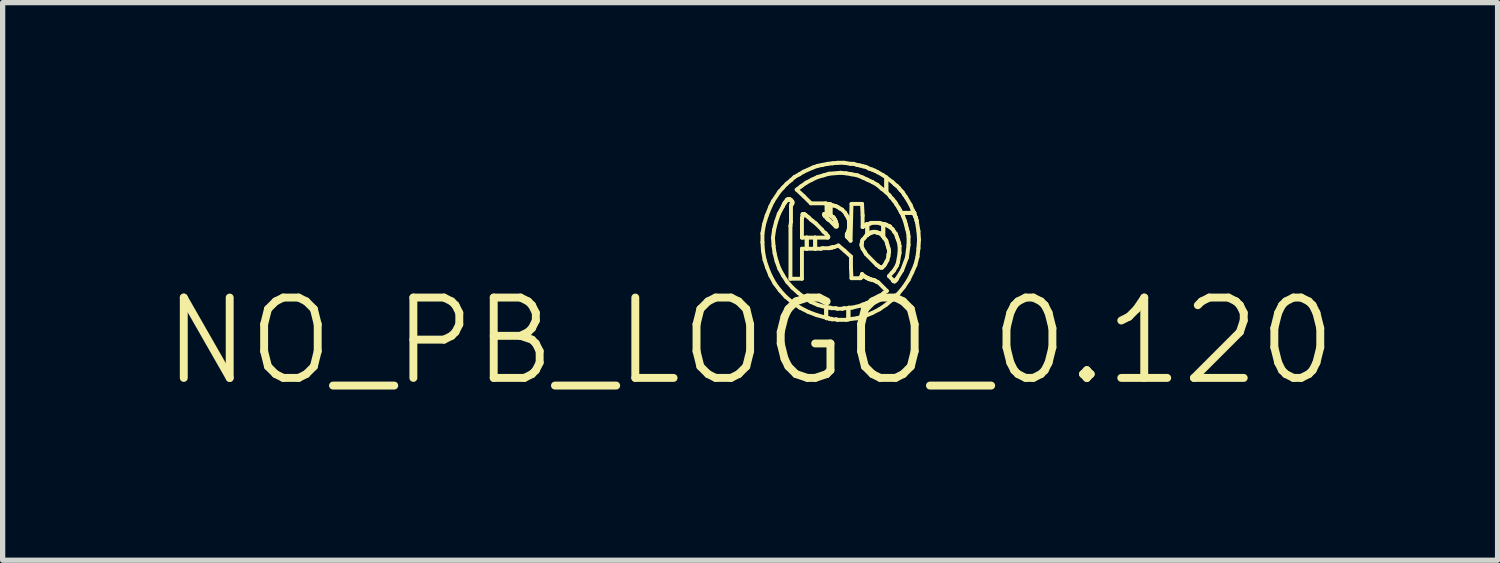
<source format=kicad_pcb>
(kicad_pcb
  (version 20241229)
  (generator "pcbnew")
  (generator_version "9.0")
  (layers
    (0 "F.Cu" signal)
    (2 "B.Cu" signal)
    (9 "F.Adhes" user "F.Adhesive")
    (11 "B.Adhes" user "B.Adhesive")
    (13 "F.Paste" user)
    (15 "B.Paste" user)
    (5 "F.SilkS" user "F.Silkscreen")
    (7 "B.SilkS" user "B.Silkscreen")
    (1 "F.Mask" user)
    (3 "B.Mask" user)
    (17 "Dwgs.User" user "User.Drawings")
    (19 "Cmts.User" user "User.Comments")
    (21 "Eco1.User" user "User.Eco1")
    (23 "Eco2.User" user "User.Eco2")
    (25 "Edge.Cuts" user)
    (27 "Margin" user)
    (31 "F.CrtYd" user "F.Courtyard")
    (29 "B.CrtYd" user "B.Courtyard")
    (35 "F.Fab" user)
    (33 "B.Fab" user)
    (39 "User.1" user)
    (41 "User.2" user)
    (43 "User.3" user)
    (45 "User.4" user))
  (footprint "NO_PB_LOGO_0.120"
    (layer "F.Cu")
    (at 11.176 3.42)
    (property "Reference" "NO_PB_LOGO_0.120" (at 0 0 0) (layer "F.SilkS") (effects (font (size 1.524 1.524) (thickness 0.15))))
    (attr exclude_from_pos_files exclude_from_bom)
    (fp_line (start 0.234 -2.045) (end 0.234 -1.875) (stroke (width 0.074) (type solid)) (layer "F.SilkS"))
    (fp_line (start 0.234 -1.875) (end 0.244 -1.714) (stroke (width 0.074) (type solid)) (layer "F.SilkS"))
    (fp_line (start 0.244 -1.714) (end 0.274 -1.544) (stroke (width 0.074) (type solid)) (layer "F.SilkS"))
    (fp_line (start 0.264 -2.215) (end 0.234 -2.045) (stroke (width 0.074) (type solid)) (layer "F.SilkS"))
    (fp_line (start 0.274 -1.544) (end 0.323 -1.394) (stroke (width 0.074) (type solid)) (layer "F.SilkS"))
    (fp_line (start 0.315 -2.383) (end 0.264 -2.215) (stroke (width 0.074) (type solid)) (layer "F.SilkS"))
    (fp_line (start 0.323 -1.394) (end 0.384 -1.245) (stroke (width 0.074) (type solid)) (layer "F.SilkS"))
    (fp_line (start 0.384 -2.553) (end 0.315 -2.383) (stroke (width 0.074) (type solid)) (layer "F.SilkS"))
    (fp_line (start 0.384 -1.245) (end 0.465 -1.095) (stroke (width 0.074) (type solid)) (layer "F.SilkS"))
    (fp_line (start 0.434 -2.654) (end 0.384 -2.553) (stroke (width 0.074) (type solid)) (layer "F.SilkS"))
    (fp_line (start 0.434 -1.963) (end 0.455 -2.113) (stroke (width 0.074) (type solid)) (layer "F.SilkS"))
    (fp_line (start 0.445 -1.803) (end 0.434 -1.963) (stroke (width 0.074) (type solid)) (layer "F.SilkS"))
    (fp_line (start 0.455 -2.113) (end 0.493 -2.263) (stroke (width 0.074) (type solid)) (layer "F.SilkS"))
    (fp_line (start 0.465 -1.664) (end 0.445 -1.803) (stroke (width 0.074) (type solid)) (layer "F.SilkS"))
    (fp_line (start 0.465 -1.095) (end 0.564 -0.963) (stroke (width 0.074) (type solid)) (layer "F.SilkS"))
    (fp_line (start 0.493 -2.263) (end 0.544 -2.413) (stroke (width 0.074) (type solid)) (layer "F.SilkS"))
    (fp_line (start 0.503 -1.514) (end 0.465 -1.664) (stroke (width 0.074) (type solid)) (layer "F.SilkS"))
    (fp_line (start 0.544 -2.413) (end 0.625 -2.563) (stroke (width 0.074) (type solid)) (layer "F.SilkS"))
    (fp_line (start 0.554 -2.835) (end 0.434 -2.654) (stroke (width 0.074) (type solid)) (layer "F.SilkS"))
    (fp_line (start 0.554 -1.374) (end 0.503 -1.514) (stroke (width 0.074) (type solid)) (layer "F.SilkS"))
    (fp_line (start 0.564 -0.963) (end 0.673 -0.843) (stroke (width 0.074) (type solid)) (layer "F.SilkS"))
    (fp_line (start 0.625 -2.913) (end 0.554 -2.835) (stroke (width 0.074) (type solid)) (layer "F.SilkS"))
    (fp_line (start 0.625 -2.563) (end 0.643 -2.603) (stroke (width 0.074) (type solid)) (layer "F.SilkS"))
    (fp_line (start 0.625 -1.245) (end 0.554 -1.374) (stroke (width 0.074) (type solid)) (layer "F.SilkS"))
    (fp_line (start 0.643 -2.603) (end 0.653 -2.614) (stroke (width 0.074) (type solid)) (layer "F.SilkS"))
    (fp_line (start 0.653 -2.614) (end 0.663 -2.634) (stroke (width 0.074) (type solid)) (layer "F.SilkS"))
    (fp_line (start 0.663 -2.634) (end 0.693 -2.664) (stroke (width 0.074) (type solid)) (layer "F.SilkS"))
    (fp_line (start 0.673 -0.843) (end 0.803 -0.734) (stroke (width 0.074) (type solid)) (layer "F.SilkS"))
    (fp_line (start 0.693 -2.985) (end 0.625 -2.913) (stroke (width 0.074) (type solid)) (layer "F.SilkS"))
    (fp_line (start 0.693 -2.675) (end 0.704 -2.675) (stroke (width 0.074) (type solid)) (layer "F.SilkS"))
    (fp_line (start 0.693 -2.664) (end 0.693 -2.675) (stroke (width 0.074) (type solid)) (layer "F.SilkS"))
    (fp_line (start 0.704 -2.685) (end 0.714 -2.685) (stroke (width 0.074) (type solid)) (layer "F.SilkS"))
    (fp_line (start 0.704 -2.675) (end 0.704 -2.685) (stroke (width 0.074) (type solid)) (layer "F.SilkS"))
    (fp_line (start 0.704 -1.123) (end 0.625 -1.245) (stroke (width 0.074) (type solid)) (layer "F.SilkS"))
    (fp_line (start 0.714 -2.685) (end 0.724 -2.695) (stroke (width 0.074) (type solid)) (layer "F.SilkS"))
    (fp_line (start 0.724 -2.695) (end 0.744 -2.695) (stroke (width 0.074) (type solid)) (layer "F.SilkS"))
    (fp_line (start 0.744 -2.695) (end 0.754 -2.685) (stroke (width 0.074) (type solid)) (layer "F.SilkS"))
    (fp_line (start 0.754 -2.685) (end 0.765 -2.685) (stroke (width 0.074) (type solid)) (layer "F.SilkS"))
    (fp_line (start 0.765 -2.685) (end 0.765 -2.675) (stroke (width 0.074) (type solid)) (layer "F.SilkS"))
    (fp_line (start 0.765 -2.675) (end 0.775 -2.675) (stroke (width 0.074) (type solid)) (layer "F.SilkS"))
    (fp_line (start 0.765 -2.184) (end 0.765 -1.184) (stroke (width 0.074) (type solid)) (layer "F.SilkS"))
    (fp_line (start 0.765 -1.184) (end 0.983 -1.184) (stroke (width 0.074) (type solid)) (layer "F.SilkS"))
    (fp_line (start 0.775 -3.053) (end 0.693 -2.985) (stroke (width 0.074) (type solid)) (layer "F.SilkS"))
    (fp_line (start 0.775 -2.675) (end 0.775 -2.664) (stroke (width 0.074) (type solid)) (layer "F.SilkS"))
    (fp_line (start 0.775 -2.664) (end 0.785 -2.664) (stroke (width 0.074) (type solid)) (layer "F.SilkS"))
    (fp_line (start 0.775 -2.563) (end 0.775 -2.263) (stroke (width 0.074) (type solid)) (layer "F.SilkS"))
    (fp_line (start 0.775 -2.263) (end 0.765 -2.184) (stroke (width 0.074) (type solid)) (layer "F.SilkS"))
    (fp_line (start 0.785 -2.664) (end 0.792 -2.654) (stroke (width 0.074) (type solid)) (layer "F.SilkS"))
    (fp_line (start 0.785 -2.603) (end 0.785 -2.583) (stroke (width 0.074) (type solid)) (layer "F.SilkS"))
    (fp_line (start 0.785 -2.583) (end 0.775 -2.563) (stroke (width 0.074) (type solid)) (layer "F.SilkS"))
    (fp_line (start 0.792 -2.654) (end 0.792 -2.644) (stroke (width 0.074) (type solid)) (layer "F.SilkS"))
    (fp_line (start 0.792 -2.644) (end 0.803 -2.644) (stroke (width 0.074) (type solid)) (layer "F.SilkS"))
    (fp_line (start 0.792 -2.614) (end 0.785 -2.603) (stroke (width 0.074) (type solid)) (layer "F.SilkS"))
    (fp_line (start 0.803 -2.644) (end 0.803 -2.614) (stroke (width 0.074) (type solid)) (layer "F.SilkS"))
    (fp_line (start 0.803 -2.614) (end 0.792 -2.614) (stroke (width 0.074) (type solid)) (layer "F.SilkS"))
    (fp_line (start 0.803 -1.013) (end 0.704 -1.123) (stroke (width 0.074) (type solid)) (layer "F.SilkS"))
    (fp_line (start 0.803 -0.734) (end 0.945 -0.635) (stroke (width 0.074) (type solid)) (layer "F.SilkS"))
    (fp_line (start 0.843 -3.114) (end 0.775 -3.053) (stroke (width 0.074) (type solid)) (layer "F.SilkS"))
    (fp_line (start 0.884 -2.873) (end 0.963 -2.934) (stroke (width 0.074) (type solid)) (layer "F.SilkS"))
    (fp_line (start 0.914 -0.914) (end 0.803 -1.013) (stroke (width 0.074) (type solid)) (layer "F.SilkS"))
    (fp_line (start 0.935 -3.165) (end 0.843 -3.114) (stroke (width 0.074) (type solid)) (layer "F.SilkS"))
    (fp_line (start 0.945 -0.635) (end 1.105 -0.554) (stroke (width 0.074) (type solid)) (layer "F.SilkS"))
    (fp_line (start 0.963 -2.934) (end 1.064 -3.005) (stroke (width 0.074) (type solid)) (layer "F.SilkS"))
    (fp_line (start 0.983 -2.334) (end 0.993 -2.355) (stroke (width 0.074) (type solid)) (layer "F.SilkS"))
    (fp_line (start 0.983 -1.963) (end 0.983 -2.334) (stroke (width 0.074) (type solid)) (layer "F.SilkS"))
    (fp_line (start 0.983 -1.753) (end 1.074 -1.753) (stroke (width 0.074) (type solid)) (layer "F.SilkS"))
    (fp_line (start 0.983 -1.184) (end 0.983 -1.753) (stroke (width 0.074) (type solid)) (layer "F.SilkS"))
    (fp_line (start 0.993 -2.403) (end 1.003 -2.413) (stroke (width 0.074) (type solid)) (layer "F.SilkS"))
    (fp_line (start 0.993 -2.355) (end 0.993 -2.403) (stroke (width 0.074) (type solid)) (layer "F.SilkS"))
    (fp_line (start 1.003 -2.413) (end 1.024 -2.413) (stroke (width 0.074) (type solid)) (layer "F.SilkS"))
    (fp_line (start 1.013 -3.213) (end 0.935 -3.165) (stroke (width 0.074) (type solid)) (layer "F.SilkS"))
    (fp_line (start 1.024 -2.743) (end 0.884 -2.873) (stroke (width 0.074) (type solid)) (layer "F.SilkS"))
    (fp_line (start 1.024 -2.413) (end 1.034 -2.403) (stroke (width 0.074) (type solid)) (layer "F.SilkS"))
    (fp_line (start 1.034 -2.403) (end 1.054 -2.393) (stroke (width 0.074) (type solid)) (layer "F.SilkS"))
    (fp_line (start 1.034 -0.823) (end 0.914 -0.914) (stroke (width 0.074) (type solid)) (layer "F.SilkS"))
    (fp_line (start 1.054 -2.393) (end 1.085 -2.365) (stroke (width 0.074) (type solid)) (layer "F.SilkS"))
    (fp_line (start 1.064 -3.005) (end 1.173 -3.063) (stroke (width 0.074) (type solid)) (layer "F.SilkS"))
    (fp_line (start 1.074 -1.963) (end 0.983 -1.963) (stroke (width 0.074) (type solid)) (layer "F.SilkS"))
    (fp_line (start 1.074 -1.963) (end 1.074 -1.753) (stroke (width 0.074) (type solid)) (layer "F.SilkS"))
    (fp_line (start 1.074 -1.753) (end 1.074 -1.963) (stroke (width 0.074) (type solid)) (layer "F.SilkS"))
    (fp_line (start 1.074 -1.753) (end 1.234 -1.753) (stroke (width 0.074) (type solid)) (layer "F.SilkS"))
    (fp_line (start 1.085 -2.365) (end 1.113 -2.344) (stroke (width 0.074) (type solid)) (layer "F.SilkS"))
    (fp_line (start 1.105 -0.554) (end 1.265 -0.493) (stroke (width 0.074) (type solid)) (layer "F.SilkS"))
    (fp_line (start 1.113 -2.344) (end 1.153 -2.304) (stroke (width 0.074) (type solid)) (layer "F.SilkS"))
    (fp_line (start 1.153 -2.614) (end 1.024 -2.743) (stroke (width 0.074) (type solid)) (layer "F.SilkS"))
    (fp_line (start 1.153 -2.304) (end 1.194 -2.273) (stroke (width 0.074) (type solid)) (layer "F.SilkS"))
    (fp_line (start 1.153 -0.744) (end 1.034 -0.823) (stroke (width 0.074) (type solid)) (layer "F.SilkS"))
    (fp_line (start 1.173 -3.063) (end 1.283 -3.114) (stroke (width 0.074) (type solid)) (layer "F.SilkS"))
    (fp_line (start 1.194 -3.294) (end 1.013 -3.213) (stroke (width 0.074) (type solid)) (layer "F.SilkS"))
    (fp_line (start 1.194 -2.273) (end 1.245 -2.233) (stroke (width 0.074) (type solid)) (layer "F.SilkS"))
    (fp_line (start 1.234 -1.963) (end 1.074 -1.963) (stroke (width 0.074) (type solid)) (layer "F.SilkS"))
    (fp_line (start 1.234 -1.963) (end 1.234 -1.753) (stroke (width 0.074) (type solid)) (layer "F.SilkS"))
    (fp_line (start 1.234 -1.753) (end 1.234 -1.963) (stroke (width 0.074) (type solid)) (layer "F.SilkS"))
    (fp_line (start 1.234 -1.753) (end 1.344 -1.753) (stroke (width 0.074) (type solid)) (layer "F.SilkS"))
    (fp_line (start 1.245 -2.233) (end 1.364 -2.113) (stroke (width 0.074) (type solid)) (layer "F.SilkS"))
    (fp_line (start 1.265 -0.493) (end 1.443 -0.445) (stroke (width 0.074) (type solid)) (layer "F.SilkS"))
    (fp_line (start 1.283 -3.325) (end 1.194 -3.294) (stroke (width 0.074) (type solid)) (layer "F.SilkS"))
    (fp_line (start 1.283 -3.114) (end 1.394 -3.145) (stroke (width 0.074) (type solid)) (layer "F.SilkS"))
    (fp_line (start 1.293 -0.683) (end 1.153 -0.744) (stroke (width 0.074) (type solid)) (layer "F.SilkS"))
    (fp_line (start 1.344 -1.753) (end 1.374 -1.763) (stroke (width 0.074) (type solid)) (layer "F.SilkS"))
    (fp_line (start 1.364 -2.113) (end 1.394 -2.073) (stroke (width 0.074) (type solid)) (layer "F.SilkS"))
    (fp_line (start 1.374 -3.343) (end 1.283 -3.325) (stroke (width 0.074) (type solid)) (layer "F.SilkS"))
    (fp_line (start 1.374 -1.763) (end 1.504 -1.763) (stroke (width 0.074) (type solid)) (layer "F.SilkS"))
    (fp_line (start 1.394 -3.145) (end 1.494 -3.175) (stroke (width 0.074) (type solid)) (layer "F.SilkS"))
    (fp_line (start 1.394 -2.073) (end 1.433 -2.045) (stroke (width 0.074) (type solid)) (layer "F.SilkS"))
    (fp_line (start 1.405 -2.413) (end 1.453 -2.413) (stroke (width 0.074) (type solid)) (layer "F.SilkS"))
    (fp_line (start 1.405 -2.393) (end 1.405 -2.413) (stroke (width 0.074) (type solid)) (layer "F.SilkS"))
    (fp_line (start 1.415 -2.383) (end 1.405 -2.393) (stroke (width 0.074) (type solid)) (layer "F.SilkS"))
    (fp_line (start 1.415 -2.375) (end 1.415 -2.383) (stroke (width 0.074) (type solid)) (layer "F.SilkS"))
    (fp_line (start 1.425 -2.365) (end 1.415 -2.375) (stroke (width 0.074) (type solid)) (layer "F.SilkS"))
    (fp_line (start 1.433 -2.614) (end 1.153 -2.614) (stroke (width 0.074) (type solid)) (layer "F.SilkS"))
    (fp_line (start 1.433 -2.045) (end 1.453 -2.014) (stroke (width 0.074) (type solid)) (layer "F.SilkS"))
    (fp_line (start 1.443 -2.603) (end 1.433 -2.614) (stroke (width 0.074) (type solid)) (layer "F.SilkS"))
    (fp_line (start 1.443 -2.355) (end 1.425 -2.365) (stroke (width 0.074) (type solid)) (layer "F.SilkS"))
    (fp_line (start 1.443 -0.643) (end 1.293 -0.683) (stroke (width 0.074) (type solid)) (layer "F.SilkS"))
    (fp_line (start 1.443 -0.643) (end 1.443 -0.445) (stroke (width 0.074) (type solid)) (layer "F.SilkS"))
    (fp_line (start 1.443 -0.445) (end 1.443 -0.643) (stroke (width 0.074) (type solid)) (layer "F.SilkS"))
    (fp_line (start 1.443 -0.445) (end 1.453 -0.445) (stroke (width 0.074) (type solid)) (layer "F.SilkS"))
    (fp_line (start 1.453 -2.603) (end 1.443 -2.603) (stroke (width 0.074) (type solid)) (layer "F.SilkS"))
    (fp_line (start 1.453 -2.603) (end 1.453 -2.403) (stroke (width 0.074) (type solid)) (layer "F.SilkS"))
    (fp_line (start 1.453 -2.413) (end 1.453 -2.403) (stroke (width 0.074) (type solid)) (layer "F.SilkS"))
    (fp_line (start 1.453 -2.403) (end 1.453 -2.603) (stroke (width 0.074) (type solid)) (layer "F.SilkS"))
    (fp_line (start 1.453 -2.403) (end 1.494 -2.403) (stroke (width 0.074) (type solid)) (layer "F.SilkS"))
    (fp_line (start 1.453 -2.344) (end 1.443 -2.355) (stroke (width 0.074) (type solid)) (layer "F.SilkS"))
    (fp_line (start 1.453 -2.014) (end 1.473 -1.994) (stroke (width 0.074) (type solid)) (layer "F.SilkS"))
    (fp_line (start 1.453 -0.445) (end 1.453 -0.434) (stroke (width 0.074) (type solid)) (layer "F.SilkS"))
    (fp_line (start 1.453 -0.434) (end 1.494 -0.434) (stroke (width 0.074) (type solid)) (layer "F.SilkS"))
    (fp_line (start 1.463 -2.324) (end 1.453 -2.344) (stroke (width 0.074) (type solid)) (layer "F.SilkS"))
    (fp_line (start 1.463 -0.643) (end 1.443 -0.643) (stroke (width 0.074) (type solid)) (layer "F.SilkS"))
    (fp_line (start 1.473 -3.363) (end 1.374 -3.343) (stroke (width 0.074) (type solid)) (layer "F.SilkS"))
    (fp_line (start 1.473 -1.994) (end 1.483 -1.974) (stroke (width 0.074) (type solid)) (layer "F.SilkS"))
    (fp_line (start 1.473 -1.963) (end 1.234 -1.963) (stroke (width 0.074) (type solid)) (layer "F.SilkS"))
    (fp_line (start 1.483 -2.304) (end 1.463 -2.324) (stroke (width 0.074) (type solid)) (layer "F.SilkS"))
    (fp_line (start 1.483 -1.974) (end 1.473 -1.963) (stroke (width 0.074) (type solid)) (layer "F.SilkS"))
    (fp_line (start 1.494 -3.175) (end 1.714 -3.193) (stroke (width 0.074) (type solid)) (layer "F.SilkS"))
    (fp_line (start 1.494 -2.603) (end 1.453 -2.603) (stroke (width 0.074) (type solid)) (layer "F.SilkS"))
    (fp_line (start 1.494 -2.593) (end 1.494 -2.603) (stroke (width 0.074) (type solid)) (layer "F.SilkS"))
    (fp_line (start 1.494 -2.403) (end 1.494 -2.393) (stroke (width 0.074) (type solid)) (layer "F.SilkS"))
    (fp_line (start 1.494 -2.393) (end 1.514 -2.393) (stroke (width 0.074) (type solid)) (layer "F.SilkS"))
    (fp_line (start 1.494 -0.635) (end 1.463 -0.643) (stroke (width 0.074) (type solid)) (layer "F.SilkS"))
    (fp_line (start 1.494 -0.434) (end 1.504 -0.424) (stroke (width 0.074) (type solid)) (layer "F.SilkS"))
    (fp_line (start 1.504 -2.294) (end 1.483 -2.304) (stroke (width 0.074) (type solid)) (layer "F.SilkS"))
    (fp_line (start 1.504 -1.763) (end 1.524 -1.773) (stroke (width 0.074) (type solid)) (layer "F.SilkS"))
    (fp_line (start 1.504 -0.424) (end 1.544 -0.424) (stroke (width 0.074) (type solid)) (layer "F.SilkS"))
    (fp_line (start 1.514 -2.393) (end 1.524 -2.383) (stroke (width 0.074) (type solid)) (layer "F.SilkS"))
    (fp_line (start 1.524 -2.593) (end 1.494 -2.593) (stroke (width 0.074) (type solid)) (layer "F.SilkS"))
    (fp_line (start 1.524 -2.593) (end 1.524 -2.383) (stroke (width 0.074) (type solid)) (layer "F.SilkS"))
    (fp_line (start 1.524 -2.383) (end 1.524 -2.593) (stroke (width 0.074) (type solid)) (layer "F.SilkS"))
    (fp_line (start 1.524 -2.383) (end 1.534 -2.383) (stroke (width 0.074) (type solid)) (layer "F.SilkS"))
    (fp_line (start 1.524 -1.773) (end 1.554 -1.773) (stroke (width 0.074) (type solid)) (layer "F.SilkS"))
    (fp_line (start 1.524 -0.635) (end 1.494 -0.635) (stroke (width 0.074) (type solid)) (layer "F.SilkS"))
    (fp_line (start 1.534 -2.383) (end 1.565 -2.355) (stroke (width 0.074) (type solid)) (layer "F.SilkS"))
    (fp_line (start 1.544 -0.625) (end 1.524 -0.635) (stroke (width 0.074) (type solid)) (layer "F.SilkS"))
    (fp_line (start 1.544 -0.424) (end 1.554 -0.414) (stroke (width 0.074) (type solid)) (layer "F.SilkS"))
    (fp_line (start 1.554 -1.773) (end 1.565 -1.783) (stroke (width 0.074) (type solid)) (layer "F.SilkS"))
    (fp_line (start 1.554 -0.414) (end 1.633 -0.414) (stroke (width 0.074) (type solid)) (layer "F.SilkS"))
    (fp_line (start 1.565 -3.373) (end 1.473 -3.363) (stroke (width 0.074) (type solid)) (layer "F.SilkS"))
    (fp_line (start 1.565 -2.355) (end 1.575 -2.355) (stroke (width 0.074) (type solid)) (layer "F.SilkS"))
    (fp_line (start 1.565 -1.783) (end 1.593 -1.783) (stroke (width 0.074) (type solid)) (layer "F.SilkS"))
    (fp_line (start 1.575 -2.573) (end 1.524 -2.593) (stroke (width 0.074) (type solid)) (layer "F.SilkS"))
    (fp_line (start 1.575 -2.355) (end 1.593 -2.334) (stroke (width 0.074) (type solid)) (layer "F.SilkS"))
    (fp_line (start 1.593 -2.334) (end 1.593 -2.324) (stroke (width 0.074) (type solid)) (layer "F.SilkS"))
    (fp_line (start 1.593 -2.324) (end 1.613 -2.304) (stroke (width 0.074) (type solid)) (layer "F.SilkS"))
    (fp_line (start 1.593 -1.783) (end 1.674 -1.814) (stroke (width 0.074) (type solid)) (layer "F.SilkS"))
    (fp_line (start 1.613 -2.304) (end 1.613 -2.283) (stroke (width 0.074) (type solid)) (layer "F.SilkS"))
    (fp_line (start 1.613 -2.283) (end 1.623 -2.273) (stroke (width 0.074) (type solid)) (layer "F.SilkS"))
    (fp_line (start 1.623 -2.563) (end 1.575 -2.573) (stroke (width 0.074) (type solid)) (layer "F.SilkS"))
    (fp_line (start 1.623 -2.273) (end 1.623 -2.263) (stroke (width 0.074) (type solid)) (layer "F.SilkS"))
    (fp_line (start 1.623 -2.263) (end 1.633 -2.253) (stroke (width 0.074) (type solid)) (layer "F.SilkS"))
    (fp_line (start 1.623 -2.174) (end 1.504 -2.294) (stroke (width 0.074) (type solid)) (layer "F.SilkS"))
    (fp_line (start 1.623 -0.625) (end 1.544 -0.625) (stroke (width 0.074) (type solid)) (layer "F.SilkS"))
    (fp_line (start 1.633 -2.253) (end 1.633 -2.223) (stroke (width 0.074) (type solid)) (layer "F.SilkS"))
    (fp_line (start 1.633 -2.223) (end 1.643 -2.215) (stroke (width 0.074) (type solid)) (layer "F.SilkS"))
    (fp_line (start 1.633 -0.414) (end 1.654 -0.404) (stroke (width 0.074) (type solid)) (layer "F.SilkS"))
    (fp_line (start 1.643 -2.215) (end 1.643 -2.174) (stroke (width 0.074) (type solid)) (layer "F.SilkS"))
    (fp_line (start 1.643 -2.174) (end 1.623 -2.174) (stroke (width 0.074) (type solid)) (layer "F.SilkS"))
    (fp_line (start 1.654 -0.615) (end 1.623 -0.625) (stroke (width 0.074) (type solid)) (layer "F.SilkS"))
    (fp_line (start 1.654 -0.404) (end 1.824 -0.404) (stroke (width 0.074) (type solid)) (layer "F.SilkS"))
    (fp_line (start 1.664 -3.383) (end 1.565 -3.373) (stroke (width 0.074) (type solid)) (layer "F.SilkS"))
    (fp_line (start 1.664 -2.543) (end 1.623 -2.563) (stroke (width 0.074) (type solid)) (layer "F.SilkS"))
    (fp_line (start 1.674 -1.814) (end 1.793 -1.714) (stroke (width 0.074) (type solid)) (layer "F.SilkS"))
    (fp_line (start 1.704 -2.515) (end 1.664 -2.543) (stroke (width 0.074) (type solid)) (layer "F.SilkS"))
    (fp_line (start 1.714 -3.193) (end 1.824 -3.183) (stroke (width 0.074) (type solid)) (layer "F.SilkS"))
    (fp_line (start 1.745 -2.494) (end 1.704 -2.515) (stroke (width 0.074) (type solid)) (layer "F.SilkS"))
    (fp_line (start 1.753 -0.615) (end 1.654 -0.615) (stroke (width 0.074) (type solid)) (layer "F.SilkS"))
    (fp_line (start 1.783 -3.383) (end 1.664 -3.383) (stroke (width 0.074) (type solid)) (layer "F.SilkS"))
    (fp_line (start 1.783 -0.625) (end 1.753 -0.615) (stroke (width 0.074) (type solid)) (layer "F.SilkS"))
    (fp_line (start 1.793 -1.714) (end 1.913 -1.603) (stroke (width 0.074) (type solid)) (layer "F.SilkS"))
    (fp_line (start 1.803 -2.433) (end 1.745 -2.494) (stroke (width 0.074) (type solid)) (layer "F.SilkS"))
    (fp_line (start 1.824 -3.183) (end 1.923 -3.165) (stroke (width 0.074) (type solid)) (layer "F.SilkS"))
    (fp_line (start 1.824 -2.393) (end 1.803 -2.433) (stroke (width 0.074) (type solid)) (layer "F.SilkS"))
    (fp_line (start 1.824 -0.404) (end 1.844 -0.414) (stroke (width 0.074) (type solid)) (layer "F.SilkS"))
    (fp_line (start 1.834 -2.024) (end 1.844 -2.035) (stroke (width 0.074) (type solid)) (layer "F.SilkS"))
    (fp_line (start 1.834 -1.984) (end 1.834 -2.024) (stroke (width 0.074) (type solid)) (layer "F.SilkS"))
    (fp_line (start 1.844 -2.365) (end 1.824 -2.393) (stroke (width 0.074) (type solid)) (layer "F.SilkS"))
    (fp_line (start 1.844 -2.045) (end 1.864 -2.093) (stroke (width 0.074) (type solid)) (layer "F.SilkS"))
    (fp_line (start 1.844 -2.035) (end 1.844 -2.045) (stroke (width 0.074) (type solid)) (layer "F.SilkS"))
    (fp_line (start 1.844 -1.984) (end 1.834 -1.984) (stroke (width 0.074) (type solid)) (layer "F.SilkS"))
    (fp_line (start 1.844 -1.974) (end 1.844 -1.984) (stroke (width 0.074) (type solid)) (layer "F.SilkS"))
    (fp_line (start 1.844 -0.414) (end 1.864 -0.414) (stroke (width 0.074) (type solid)) (layer "F.SilkS"))
    (fp_line (start 1.864 -2.324) (end 1.844 -2.365) (stroke (width 0.074) (type solid)) (layer "F.SilkS"))
    (fp_line (start 1.864 -2.093) (end 1.875 -2.144) (stroke (width 0.074) (type solid)) (layer "F.SilkS"))
    (fp_line (start 1.864 -1.953) (end 1.844 -1.974) (stroke (width 0.074) (type solid)) (layer "F.SilkS"))
    (fp_line (start 1.864 -0.625) (end 1.783 -0.625) (stroke (width 0.074) (type solid)) (layer "F.SilkS"))
    (fp_line (start 1.864 -0.625) (end 1.864 -0.414) (stroke (width 0.074) (type solid)) (layer "F.SilkS"))
    (fp_line (start 1.864 -0.414) (end 1.864 -0.625) (stroke (width 0.074) (type solid)) (layer "F.SilkS"))
    (fp_line (start 1.864 -0.414) (end 2.024 -0.434) (stroke (width 0.074) (type solid)) (layer "F.SilkS"))
    (fp_line (start 1.875 -2.283) (end 1.864 -2.324) (stroke (width 0.074) (type solid)) (layer "F.SilkS"))
    (fp_line (start 1.875 -2.144) (end 1.875 -2.283) (stroke (width 0.074) (type solid)) (layer "F.SilkS"))
    (fp_line (start 1.875 -0.635) (end 1.875 -0.625) (stroke (width 0.074) (type solid)) (layer "F.SilkS"))
    (fp_line (start 1.875 -0.625) (end 1.864 -0.625) (stroke (width 0.074) (type solid)) (layer "F.SilkS"))
    (fp_line (start 1.905 -3.363) (end 1.783 -3.383) (stroke (width 0.074) (type solid)) (layer "F.SilkS"))
    (fp_line (start 1.905 -1.905) (end 1.864 -1.953) (stroke (width 0.074) (type solid)) (layer "F.SilkS"))
    (fp_line (start 1.913 -1.603) (end 1.913 -1.394) (stroke (width 0.074) (type solid)) (layer "F.SilkS"))
    (fp_line (start 1.913 -1.394) (end 1.923 -1.194) (stroke (width 0.074) (type solid)) (layer "F.SilkS"))
    (fp_line (start 1.923 -3.165) (end 2.035 -3.145) (stroke (width 0.074) (type solid)) (layer "F.SilkS"))
    (fp_line (start 1.923 -2.603) (end 1.905 -1.905) (stroke (width 0.074) (type solid)) (layer "F.SilkS"))
    (fp_line (start 1.923 -1.194) (end 2.093 -1.194) (stroke (width 0.074) (type solid)) (layer "F.SilkS"))
    (fp_line (start 1.933 -0.635) (end 1.875 -0.635) (stroke (width 0.074) (type solid)) (layer "F.SilkS"))
    (fp_line (start 1.963 -3.363) (end 1.905 -3.363) (stroke (width 0.074) (type solid)) (layer "F.SilkS"))
    (fp_line (start 2.024 -3.343) (end 1.963 -3.363) (stroke (width 0.074) (type solid)) (layer "F.SilkS"))
    (fp_line (start 2.024 -0.434) (end 2.174 -0.475) (stroke (width 0.074) (type solid)) (layer "F.SilkS"))
    (fp_line (start 2.035 -3.145) (end 2.134 -3.104) (stroke (width 0.074) (type solid)) (layer "F.SilkS"))
    (fp_line (start 2.083 -3.332) (end 2.024 -3.343) (stroke (width 0.074) (type solid)) (layer "F.SilkS"))
    (fp_line (start 2.093 -1.194) (end 2.103 -1.204) (stroke (width 0.074) (type solid)) (layer "F.SilkS"))
    (fp_line (start 2.093 -0.673) (end 1.933 -0.635) (stroke (width 0.074) (type solid)) (layer "F.SilkS"))
    (fp_line (start 2.103 -1.214) (end 2.113 -1.214) (stroke (width 0.074) (type solid)) (layer "F.SilkS"))
    (fp_line (start 2.103 -1.204) (end 2.103 -1.214) (stroke (width 0.074) (type solid)) (layer "F.SilkS"))
    (fp_line (start 2.113 -1.844) (end 2.123 -1.864) (stroke (width 0.074) (type solid)) (layer "F.SilkS"))
    (fp_line (start 2.113 -1.814) (end 2.113 -1.844) (stroke (width 0.074) (type solid)) (layer "F.SilkS"))
    (fp_line (start 2.113 -1.234) (end 2.123 -1.273) (stroke (width 0.074) (type solid)) (layer "F.SilkS"))
    (fp_line (start 2.113 -1.214) (end 2.113 -1.234) (stroke (width 0.074) (type solid)) (layer "F.SilkS"))
    (fp_line (start 2.123 -2.603) (end 1.923 -2.603) (stroke (width 0.074) (type solid)) (layer "F.SilkS"))
    (fp_line (start 2.123 -1.895) (end 2.134 -1.923) (stroke (width 0.074) (type solid)) (layer "F.SilkS"))
    (fp_line (start 2.123 -1.864) (end 2.123 -1.895) (stroke (width 0.074) (type solid)) (layer "F.SilkS"))
    (fp_line (start 2.123 -1.273) (end 2.174 -1.224) (stroke (width 0.074) (type solid)) (layer "F.SilkS"))
    (fp_line (start 2.134 -3.104) (end 2.223 -3.063) (stroke (width 0.074) (type solid)) (layer "F.SilkS"))
    (fp_line (start 2.134 -2.383) (end 2.123 -2.603) (stroke (width 0.074) (type solid)) (layer "F.SilkS"))
    (fp_line (start 2.134 -2.164) (end 2.134 -2.383) (stroke (width 0.074) (type solid)) (layer "F.SilkS"))
    (fp_line (start 2.134 -1.923) (end 2.174 -1.963) (stroke (width 0.074) (type solid)) (layer "F.SilkS"))
    (fp_line (start 2.134 -1.753) (end 2.113 -1.814) (stroke (width 0.074) (type solid)) (layer "F.SilkS"))
    (fp_line (start 2.134 -0.693) (end 2.093 -0.673) (stroke (width 0.074) (type solid)) (layer "F.SilkS"))
    (fp_line (start 2.144 -3.315) (end 2.083 -3.332) (stroke (width 0.074) (type solid)) (layer "F.SilkS"))
    (fp_line (start 2.174 -1.963) (end 2.195 -1.994) (stroke (width 0.074) (type solid)) (layer "F.SilkS"))
    (fp_line (start 2.174 -1.694) (end 2.134 -1.753) (stroke (width 0.074) (type solid)) (layer "F.SilkS"))
    (fp_line (start 2.174 -1.224) (end 2.184 -1.224) (stroke (width 0.074) (type solid)) (layer "F.SilkS"))
    (fp_line (start 2.174 -0.704) (end 2.134 -0.693) (stroke (width 0.074) (type solid)) (layer "F.SilkS"))
    (fp_line (start 2.174 -0.475) (end 2.314 -0.533) (stroke (width 0.074) (type solid)) (layer "F.SilkS"))
    (fp_line (start 2.184 -2.195) (end 2.134 -2.164) (stroke (width 0.074) (type solid)) (layer "F.SilkS"))
    (fp_line (start 2.184 -1.224) (end 2.184 -1.214) (stroke (width 0.074) (type solid)) (layer "F.SilkS"))
    (fp_line (start 2.184 -1.214) (end 2.195 -1.214) (stroke (width 0.074) (type solid)) (layer "F.SilkS"))
    (fp_line (start 2.195 -3.305) (end 2.144 -3.315) (stroke (width 0.074) (type solid)) (layer "F.SilkS"))
    (fp_line (start 2.195 -2.205) (end 2.184 -2.195) (stroke (width 0.074) (type solid)) (layer "F.SilkS"))
    (fp_line (start 2.195 -1.994) (end 2.223 -2.014) (stroke (width 0.074) (type solid)) (layer "F.SilkS"))
    (fp_line (start 2.195 -1.654) (end 2.174 -1.694) (stroke (width 0.074) (type solid)) (layer "F.SilkS"))
    (fp_line (start 2.195 -1.214) (end 2.205 -1.204) (stroke (width 0.074) (type solid)) (layer "F.SilkS"))
    (fp_line (start 2.205 -2.215) (end 2.205 -2.205) (stroke (width 0.074) (type solid)) (layer "F.SilkS"))
    (fp_line (start 2.205 -2.205) (end 2.195 -2.205) (stroke (width 0.074) (type solid)) (layer "F.SilkS"))
    (fp_line (start 2.205 -1.204) (end 2.215 -1.204) (stroke (width 0.074) (type solid)) (layer "F.SilkS"))
    (fp_line (start 2.215 -1.204) (end 2.223 -1.194) (stroke (width 0.074) (type solid)) (layer "F.SilkS"))
    (fp_line (start 2.215 -0.724) (end 2.174 -0.704) (stroke (width 0.074) (type solid)) (layer "F.SilkS"))
    (fp_line (start 2.223 -3.063) (end 2.324 -3.015) (stroke (width 0.074) (type solid)) (layer "F.SilkS"))
    (fp_line (start 2.223 -2.215) (end 2.205 -2.215) (stroke (width 0.074) (type solid)) (layer "F.SilkS"))
    (fp_line (start 2.223 -2.215) (end 2.223 -2.014) (stroke (width 0.074) (type solid)) (layer "F.SilkS"))
    (fp_line (start 2.223 -2.024) (end 2.233 -2.024) (stroke (width 0.074) (type solid)) (layer "F.SilkS"))
    (fp_line (start 2.223 -2.014) (end 2.223 -2.215) (stroke (width 0.074) (type solid)) (layer "F.SilkS"))
    (fp_line (start 2.223 -2.014) (end 2.223 -2.024) (stroke (width 0.074) (type solid)) (layer "F.SilkS"))
    (fp_line (start 2.223 -1.194) (end 2.243 -1.194) (stroke (width 0.074) (type solid)) (layer "F.SilkS"))
    (fp_line (start 2.233 -2.223) (end 2.223 -2.215) (stroke (width 0.074) (type solid)) (layer "F.SilkS"))
    (fp_line (start 2.233 -2.024) (end 2.243 -2.035) (stroke (width 0.074) (type solid)) (layer "F.SilkS"))
    (fp_line (start 2.243 -2.035) (end 2.253 -2.035) (stroke (width 0.074) (type solid)) (layer "F.SilkS"))
    (fp_line (start 2.243 -1.194) (end 2.243 -1.184) (stroke (width 0.074) (type solid)) (layer "F.SilkS"))
    (fp_line (start 2.243 -1.184) (end 2.253 -1.184) (stroke (width 0.074) (type solid)) (layer "F.SilkS"))
    (fp_line (start 2.253 -3.274) (end 2.195 -3.305) (stroke (width 0.074) (type solid)) (layer "F.SilkS"))
    (fp_line (start 2.253 -2.223) (end 2.233 -2.223) (stroke (width 0.074) (type solid)) (layer "F.SilkS"))
    (fp_line (start 2.253 -2.045) (end 2.273 -2.045) (stroke (width 0.074) (type solid)) (layer "F.SilkS"))
    (fp_line (start 2.253 -2.035) (end 2.253 -2.045) (stroke (width 0.074) (type solid)) (layer "F.SilkS"))
    (fp_line (start 2.253 -1.184) (end 2.263 -1.173) (stroke (width 0.074) (type solid)) (layer "F.SilkS"))
    (fp_line (start 2.253 -0.734) (end 2.215 -0.724) (stroke (width 0.074) (type solid)) (layer "F.SilkS"))
    (fp_line (start 2.263 -1.173) (end 2.294 -1.173) (stroke (width 0.074) (type solid)) (layer "F.SilkS"))
    (fp_line (start 2.273 -2.233) (end 2.253 -2.223) (stroke (width 0.074) (type solid)) (layer "F.SilkS"))
    (fp_line (start 2.273 -2.055) (end 2.283 -2.055) (stroke (width 0.074) (type solid)) (layer "F.SilkS"))
    (fp_line (start 2.273 -2.045) (end 2.273 -2.055) (stroke (width 0.074) (type solid)) (layer "F.SilkS"))
    (fp_line (start 2.283 -2.233) (end 2.273 -2.233) (stroke (width 0.074) (type solid)) (layer "F.SilkS"))
    (fp_line (start 2.283 -2.055) (end 2.294 -2.062) (stroke (width 0.074) (type solid)) (layer "F.SilkS"))
    (fp_line (start 2.294 -2.062) (end 2.324 -2.062) (stroke (width 0.074) (type solid)) (layer "F.SilkS"))
    (fp_line (start 2.294 -1.173) (end 2.304 -1.163) (stroke (width 0.074) (type solid)) (layer "F.SilkS"))
    (fp_line (start 2.304 -2.243) (end 2.283 -2.233) (stroke (width 0.074) (type solid)) (layer "F.SilkS"))
    (fp_line (start 2.304 -1.163) (end 2.334 -1.163) (stroke (width 0.074) (type solid)) (layer "F.SilkS"))
    (fp_line (start 2.314 -3.254) (end 2.253 -3.274) (stroke (width 0.074) (type solid)) (layer "F.SilkS"))
    (fp_line (start 2.314 -0.533) (end 2.454 -0.605) (stroke (width 0.074) (type solid)) (layer "F.SilkS"))
    (fp_line (start 2.324 -3.015) (end 2.413 -2.964) (stroke (width 0.074) (type solid)) (layer "F.SilkS"))
    (fp_line (start 2.324 -2.062) (end 2.334 -2.073) (stroke (width 0.074) (type solid)) (layer "F.SilkS"))
    (fp_line (start 2.334 -2.073) (end 2.375 -2.073) (stroke (width 0.074) (type solid)) (layer "F.SilkS"))
    (fp_line (start 2.334 -1.163) (end 2.344 -1.153) (stroke (width 0.074) (type solid)) (layer "F.SilkS"))
    (fp_line (start 2.344 -1.153) (end 2.365 -1.153) (stroke (width 0.074) (type solid)) (layer "F.SilkS"))
    (fp_line (start 2.365 -3.233) (end 2.314 -3.254) (stroke (width 0.074) (type solid)) (layer "F.SilkS"))
    (fp_line (start 2.365 -1.153) (end 2.375 -1.143) (stroke (width 0.074) (type solid)) (layer "F.SilkS"))
    (fp_line (start 2.375 -2.073) (end 2.393 -2.062) (stroke (width 0.074) (type solid)) (layer "F.SilkS"))
    (fp_line (start 2.375 -1.143) (end 2.383 -1.143) (stroke (width 0.074) (type solid)) (layer "F.SilkS"))
    (fp_line (start 2.375 -0.792) (end 2.253 -0.734) (stroke (width 0.074) (type solid)) (layer "F.SilkS"))
    (fp_line (start 2.383 -1.143) (end 2.403 -1.123) (stroke (width 0.074) (type solid)) (layer "F.SilkS"))
    (fp_line (start 2.393 -2.062) (end 2.413 -2.062) (stroke (width 0.074) (type solid)) (layer "F.SilkS"))
    (fp_line (start 2.403 -1.443) (end 2.195 -1.654) (stroke (width 0.074) (type solid)) (layer "F.SilkS"))
    (fp_line (start 2.403 -1.123) (end 2.413 -1.123) (stroke (width 0.074) (type solid)) (layer "F.SilkS"))
    (fp_line (start 2.403 -0.813) (end 2.375 -0.792) (stroke (width 0.074) (type solid)) (layer "F.SilkS"))
    (fp_line (start 2.413 -2.964) (end 2.494 -2.893) (stroke (width 0.074) (type solid)) (layer "F.SilkS"))
    (fp_line (start 2.413 -2.062) (end 2.423 -2.055) (stroke (width 0.074) (type solid)) (layer "F.SilkS"))
    (fp_line (start 2.413 -1.123) (end 2.433 -1.113) (stroke (width 0.074) (type solid)) (layer "F.SilkS"))
    (fp_line (start 2.423 -3.203) (end 2.365 -3.233) (stroke (width 0.074) (type solid)) (layer "F.SilkS"))
    (fp_line (start 2.423 -2.055) (end 2.433 -2.055) (stroke (width 0.074) (type solid)) (layer "F.SilkS"))
    (fp_line (start 2.423 -1.433) (end 2.403 -1.443) (stroke (width 0.074) (type solid)) (layer "F.SilkS"))
    (fp_line (start 2.433 -2.055) (end 2.454 -2.045) (stroke (width 0.074) (type solid)) (layer "F.SilkS"))
    (fp_line (start 2.433 -1.113) (end 2.593 -0.953) (stroke (width 0.074) (type solid)) (layer "F.SilkS"))
    (fp_line (start 2.443 -2.243) (end 2.304 -2.243) (stroke (width 0.074) (type solid)) (layer "F.SilkS"))
    (fp_line (start 2.443 -0.843) (end 2.403 -0.813) (stroke (width 0.074) (type solid)) (layer "F.SilkS"))
    (fp_line (start 2.454 -2.045) (end 2.464 -2.045) (stroke (width 0.074) (type solid)) (layer "F.SilkS"))
    (fp_line (start 2.454 -1.405) (end 2.423 -1.433) (stroke (width 0.074) (type solid)) (layer "F.SilkS"))
    (fp_line (start 2.454 -0.605) (end 2.583 -0.693) (stroke (width 0.074) (type solid)) (layer "F.SilkS"))
    (fp_line (start 2.464 -2.233) (end 2.443 -2.243) (stroke (width 0.074) (type solid)) (layer "F.SilkS"))
    (fp_line (start 2.464 -2.045) (end 2.525 -1.984) (stroke (width 0.074) (type solid)) (layer "F.SilkS"))
    (fp_line (start 2.464 -1.405) (end 2.454 -1.405) (stroke (width 0.074) (type solid)) (layer "F.SilkS"))
    (fp_line (start 2.474 -1.394) (end 2.464 -1.405) (stroke (width 0.074) (type solid)) (layer "F.SilkS"))
    (fp_line (start 2.484 -2.233) (end 2.464 -2.233) (stroke (width 0.074) (type solid)) (layer "F.SilkS"))
    (fp_line (start 2.494 -2.893) (end 2.583 -2.824) (stroke (width 0.074) (type solid)) (layer "F.SilkS"))
    (fp_line (start 2.504 -2.223) (end 2.484 -2.233) (stroke (width 0.074) (type solid)) (layer "F.SilkS"))
    (fp_line (start 2.504 -1.394) (end 2.474 -1.394) (stroke (width 0.074) (type solid)) (layer "F.SilkS"))
    (fp_line (start 2.504 -0.884) (end 2.443 -0.843) (stroke (width 0.074) (type solid)) (layer "F.SilkS"))
    (fp_line (start 2.525 -3.145) (end 2.423 -3.203) (stroke (width 0.074) (type solid)) (layer "F.SilkS"))
    (fp_line (start 2.525 -2.223) (end 2.504 -2.223) (stroke (width 0.074) (type solid)) (layer "F.SilkS"))
    (fp_line (start 2.525 -2.223) (end 2.525 -1.984) (stroke (width 0.074) (type solid)) (layer "F.SilkS"))
    (fp_line (start 2.525 -1.984) (end 2.525 -2.223) (stroke (width 0.074) (type solid)) (layer "F.SilkS"))
    (fp_line (start 2.525 -1.984) (end 2.543 -1.953) (stroke (width 0.074) (type solid)) (layer "F.SilkS"))
    (fp_line (start 2.535 -2.223) (end 2.525 -2.223) (stroke (width 0.074) (type solid)) (layer "F.SilkS"))
    (fp_line (start 2.535 -0.914) (end 2.504 -0.884) (stroke (width 0.074) (type solid)) (layer "F.SilkS"))
    (fp_line (start 2.543 -2.215) (end 2.535 -2.223) (stroke (width 0.074) (type solid)) (layer "F.SilkS"))
    (fp_line (start 2.543 -1.953) (end 2.563 -1.933) (stroke (width 0.074) (type solid)) (layer "F.SilkS"))
    (fp_line (start 2.543 -1.433) (end 2.504 -1.394) (stroke (width 0.074) (type solid)) (layer "F.SilkS"))
    (fp_line (start 2.563 -2.215) (end 2.543 -2.215) (stroke (width 0.074) (type solid)) (layer "F.SilkS"))
    (fp_line (start 2.563 -1.933) (end 2.583 -1.905) (stroke (width 0.074) (type solid)) (layer "F.SilkS"))
    (fp_line (start 2.563 -1.463) (end 2.543 -1.433) (stroke (width 0.074) (type solid)) (layer "F.SilkS"))
    (fp_line (start 2.573 -2.205) (end 2.563 -2.215) (stroke (width 0.074) (type solid)) (layer "F.SilkS"))
    (fp_line (start 2.583 -3.104) (end 2.525 -3.145) (stroke (width 0.074) (type solid)) (layer "F.SilkS"))
    (fp_line (start 2.583 -3.104) (end 2.583 -2.824) (stroke (width 0.074) (type solid)) (layer "F.SilkS"))
    (fp_line (start 2.583 -2.824) (end 2.583 -3.104) (stroke (width 0.074) (type solid)) (layer "F.SilkS"))
    (fp_line (start 2.583 -2.824) (end 2.644 -2.764) (stroke (width 0.074) (type solid)) (layer "F.SilkS"))
    (fp_line (start 2.583 -1.905) (end 2.593 -1.864) (stroke (width 0.074) (type solid)) (layer "F.SilkS"))
    (fp_line (start 2.583 -1.504) (end 2.563 -1.463) (stroke (width 0.074) (type solid)) (layer "F.SilkS"))
    (fp_line (start 2.583 -0.693) (end 2.703 -0.792) (stroke (width 0.074) (type solid)) (layer "F.SilkS"))
    (fp_line (start 2.593 -2.205) (end 2.573 -2.205) (stroke (width 0.074) (type solid)) (layer "F.SilkS"))
    (fp_line (start 2.593 -1.864) (end 2.603 -1.834) (stroke (width 0.074) (type solid)) (layer "F.SilkS"))
    (fp_line (start 2.593 -0.953) (end 2.535 -0.914) (stroke (width 0.074) (type solid)) (layer "F.SilkS"))
    (fp_line (start 2.603 -1.834) (end 2.614 -1.793) (stroke (width 0.074) (type solid)) (layer "F.SilkS"))
    (fp_line (start 2.603 -1.534) (end 2.583 -1.504) (stroke (width 0.074) (type solid)) (layer "F.SilkS"))
    (fp_line (start 2.614 -2.184) (end 2.593 -2.205) (stroke (width 0.074) (type solid)) (layer "F.SilkS"))
    (fp_line (start 2.614 -1.793) (end 2.624 -1.763) (stroke (width 0.074) (type solid)) (layer "F.SilkS"))
    (fp_line (start 2.624 -1.763) (end 2.634 -1.725) (stroke (width 0.074) (type solid)) (layer "F.SilkS"))
    (fp_line (start 2.624 -1.643) (end 2.624 -1.613) (stroke (width 0.074) (type solid)) (layer "F.SilkS"))
    (fp_line (start 2.624 -1.613) (end 2.603 -1.534) (stroke (width 0.074) (type solid)) (layer "F.SilkS"))
    (fp_line (start 2.634 -2.184) (end 2.614 -2.184) (stroke (width 0.074) (type solid)) (layer "F.SilkS"))
    (fp_line (start 2.634 -1.725) (end 2.634 -1.684) (stroke (width 0.074) (type solid)) (layer "F.SilkS"))
    (fp_line (start 2.634 -1.684) (end 2.624 -1.643) (stroke (width 0.074) (type solid)) (layer "F.SilkS"))
    (fp_line (start 2.634 -1.234) (end 2.685 -1.293) (stroke (width 0.074) (type solid)) (layer "F.SilkS"))
    (fp_line (start 2.644 -2.764) (end 2.664 -2.733) (stroke (width 0.074) (type solid)) (layer "F.SilkS"))
    (fp_line (start 2.644 -2.174) (end 2.634 -2.184) (stroke (width 0.074) (type solid)) (layer "F.SilkS"))
    (fp_line (start 2.654 -2.174) (end 2.644 -2.174) (stroke (width 0.074) (type solid)) (layer "F.SilkS"))
    (fp_line (start 2.654 -2.164) (end 2.654 -2.174) (stroke (width 0.074) (type solid)) (layer "F.SilkS"))
    (fp_line (start 2.664 -2.733) (end 2.703 -2.695) (stroke (width 0.074) (type solid)) (layer "F.SilkS"))
    (fp_line (start 2.664 -2.154) (end 2.654 -2.164) (stroke (width 0.074) (type solid)) (layer "F.SilkS"))
    (fp_line (start 2.685 -1.293) (end 2.723 -1.333) (stroke (width 0.074) (type solid)) (layer "F.SilkS"))
    (fp_line (start 2.703 -3.015) (end 2.583 -3.104) (stroke (width 0.074) (type solid)) (layer "F.SilkS"))
    (fp_line (start 2.703 -2.695) (end 2.723 -2.664) (stroke (width 0.074) (type solid)) (layer "F.SilkS"))
    (fp_line (start 2.703 -2.123) (end 2.664 -2.154) (stroke (width 0.074) (type solid)) (layer "F.SilkS"))
    (fp_line (start 2.703 -0.792) (end 2.814 -0.904) (stroke (width 0.074) (type solid)) (layer "F.SilkS"))
    (fp_line (start 2.713 -1.153) (end 2.634 -1.234) (stroke (width 0.074) (type solid)) (layer "F.SilkS"))
    (fp_line (start 2.713 -1.143) (end 2.713 -1.153) (stroke (width 0.074) (type solid)) (layer "F.SilkS"))
    (fp_line (start 2.723 -2.664) (end 2.743 -2.644) (stroke (width 0.074) (type solid)) (layer "F.SilkS"))
    (fp_line (start 2.723 -1.333) (end 2.784 -1.433) (stroke (width 0.074) (type solid)) (layer "F.SilkS"))
    (fp_line (start 2.733 -2.073) (end 2.703 -2.123) (stroke (width 0.074) (type solid)) (layer "F.SilkS"))
    (fp_line (start 2.733 -1.143) (end 2.713 -1.143) (stroke (width 0.074) (type solid)) (layer "F.SilkS"))
    (fp_line (start 2.733 -1.133) (end 2.733 -1.143) (stroke (width 0.074) (type solid)) (layer "F.SilkS"))
    (fp_line (start 2.743 -2.974) (end 2.703 -3.015) (stroke (width 0.074) (type solid)) (layer "F.SilkS"))
    (fp_line (start 2.743 -2.644) (end 2.764 -2.614) (stroke (width 0.074) (type solid)) (layer "F.SilkS"))
    (fp_line (start 2.743 -1.133) (end 2.733 -1.133) (stroke (width 0.074) (type solid)) (layer "F.SilkS"))
    (fp_line (start 2.764 -2.614) (end 2.774 -2.593) (stroke (width 0.074) (type solid)) (layer "F.SilkS"))
    (fp_line (start 2.764 -2.035) (end 2.733 -2.073) (stroke (width 0.074) (type solid)) (layer "F.SilkS"))
    (fp_line (start 2.774 -2.593) (end 2.814 -2.535) (stroke (width 0.074) (type solid)) (layer "F.SilkS"))
    (fp_line (start 2.774 -1.173) (end 2.774 -1.163) (stroke (width 0.074) (type solid)) (layer "F.SilkS"))
    (fp_line (start 2.774 -1.163) (end 2.743 -1.133) (stroke (width 0.074) (type solid)) (layer "F.SilkS"))
    (fp_line (start 2.784 -2.944) (end 2.743 -2.974) (stroke (width 0.074) (type solid)) (layer "F.SilkS"))
    (fp_line (start 2.784 -1.974) (end 2.764 -2.035) (stroke (width 0.074) (type solid)) (layer "F.SilkS"))
    (fp_line (start 2.784 -1.433) (end 2.804 -1.494) (stroke (width 0.074) (type solid)) (layer "F.SilkS"))
    (fp_line (start 2.784 -1.184) (end 2.774 -1.173) (stroke (width 0.074) (type solid)) (layer "F.SilkS"))
    (fp_line (start 2.804 -1.923) (end 2.784 -1.974) (stroke (width 0.074) (type solid)) (layer "F.SilkS"))
    (fp_line (start 2.804 -1.494) (end 2.835 -1.674) (stroke (width 0.074) (type solid)) (layer "F.SilkS"))
    (fp_line (start 2.814 -2.535) (end 2.824 -2.515) (stroke (width 0.074) (type solid)) (layer "F.SilkS"))
    (fp_line (start 2.814 -0.904) (end 2.913 -1.024) (stroke (width 0.074) (type solid)) (layer "F.SilkS"))
    (fp_line (start 2.824 -2.903) (end 2.784 -2.944) (stroke (width 0.074) (type solid)) (layer "F.SilkS"))
    (fp_line (start 2.824 -2.515) (end 2.845 -2.484) (stroke (width 0.074) (type solid)) (layer "F.SilkS"))
    (fp_line (start 2.824 -1.864) (end 2.804 -1.923) (stroke (width 0.074) (type solid)) (layer "F.SilkS"))
    (fp_line (start 2.835 -1.803) (end 2.824 -1.864) (stroke (width 0.074) (type solid)) (layer "F.SilkS"))
    (fp_line (start 2.835 -1.674) (end 2.835 -1.803) (stroke (width 0.074) (type solid)) (layer "F.SilkS"))
    (fp_line (start 2.845 -2.484) (end 2.855 -2.454) (stroke (width 0.074) (type solid)) (layer "F.SilkS"))
    (fp_line (start 2.855 -2.863) (end 2.824 -2.903) (stroke (width 0.074) (type solid)) (layer "F.SilkS"))
    (fp_line (start 2.855 -2.454) (end 2.873 -2.433) (stroke (width 0.074) (type solid)) (layer "F.SilkS"))
    (fp_line (start 2.873 -2.433) (end 2.903 -2.365) (stroke (width 0.074) (type solid)) (layer "F.SilkS"))
    (fp_line (start 2.873 -2.433) (end 3.114 -2.433) (stroke (width 0.074) (type solid)) (layer "F.SilkS"))
    (fp_line (start 2.883 -1.344) (end 2.784 -1.184) (stroke (width 0.074) (type solid)) (layer "F.SilkS"))
    (fp_line (start 2.893 -2.824) (end 2.855 -2.863) (stroke (width 0.074) (type solid)) (layer "F.SilkS"))
    (fp_line (start 2.903 -2.365) (end 2.934 -2.283) (stroke (width 0.074) (type solid)) (layer "F.SilkS"))
    (fp_line (start 2.913 -1.024) (end 3.005 -1.163) (stroke (width 0.074) (type solid)) (layer "F.SilkS"))
    (fp_line (start 2.924 -2.774) (end 2.893 -2.824) (stroke (width 0.074) (type solid)) (layer "F.SilkS"))
    (fp_line (start 2.934 -2.283) (end 2.954 -2.215) (stroke (width 0.074) (type solid)) (layer "F.SilkS"))
    (fp_line (start 2.954 -2.733) (end 2.924 -2.774) (stroke (width 0.074) (type solid)) (layer "F.SilkS"))
    (fp_line (start 2.954 -2.215) (end 2.974 -2.134) (stroke (width 0.074) (type solid)) (layer "F.SilkS"))
    (fp_line (start 2.974 -2.134) (end 2.995 -2.062) (stroke (width 0.074) (type solid)) (layer "F.SilkS"))
    (fp_line (start 2.974 -1.585) (end 2.883 -1.344) (stroke (width 0.074) (type solid)) (layer "F.SilkS"))
    (fp_line (start 2.995 -2.062) (end 3.005 -1.984) (stroke (width 0.074) (type solid)) (layer "F.SilkS"))
    (fp_line (start 3.005 -1.984) (end 3.005 -1.824) (stroke (width 0.074) (type solid)) (layer "F.SilkS"))
    (fp_line (start 3.005 -1.824) (end 2.974 -1.585) (stroke (width 0.074) (type solid)) (layer "F.SilkS"))
    (fp_line (start 3.005 -1.163) (end 3.073 -1.303) (stroke (width 0.074) (type solid)) (layer "F.SilkS"))
    (fp_line (start 3.043 -2.583) (end 2.954 -2.733) (stroke (width 0.074) (type solid)) (layer "F.SilkS"))
    (fp_line (start 3.073 -1.303) (end 3.134 -1.443) (stroke (width 0.074) (type solid)) (layer "F.SilkS"))
    (fp_line (start 3.084 -2.484) (end 3.043 -2.583) (stroke (width 0.074) (type solid)) (layer "F.SilkS"))
    (fp_line (start 3.114 -2.433) (end 2.873 -2.433) (stroke (width 0.074) (type solid)) (layer "F.SilkS"))
    (fp_line (start 3.114 -2.433) (end 3.084 -2.484) (stroke (width 0.074) (type solid)) (layer "F.SilkS"))
    (fp_line (start 3.114 -2.403) (end 3.114 -2.433) (stroke (width 0.074) (type solid)) (layer "F.SilkS"))
    (fp_line (start 3.124 -2.393) (end 3.114 -2.403) (stroke (width 0.074) (type solid)) (layer "F.SilkS"))
    (fp_line (start 3.124 -2.375) (end 3.124 -2.393) (stroke (width 0.074) (type solid)) (layer "F.SilkS"))
    (fp_line (start 3.134 -2.365) (end 3.124 -2.375) (stroke (width 0.074) (type solid)) (layer "F.SilkS"))
    (fp_line (start 3.134 -2.355) (end 3.134 -2.365) (stroke (width 0.074) (type solid)) (layer "F.SilkS"))
    (fp_line (start 3.134 -1.443) (end 3.175 -1.603) (stroke (width 0.074) (type solid)) (layer "F.SilkS"))
    (fp_line (start 3.145 -2.344) (end 3.134 -2.355) (stroke (width 0.074) (type solid)) (layer "F.SilkS"))
    (fp_line (start 3.145 -2.324) (end 3.145 -2.344) (stroke (width 0.074) (type solid)) (layer "F.SilkS"))
    (fp_line (start 3.155 -2.304) (end 3.145 -2.324) (stroke (width 0.074) (type solid)) (layer "F.SilkS"))
    (fp_line (start 3.155 -2.283) (end 3.155 -2.304) (stroke (width 0.074) (type solid)) (layer "F.SilkS"))
    (fp_line (start 3.165 -2.273) (end 3.155 -2.283) (stroke (width 0.074) (type solid)) (layer "F.SilkS"))
    (fp_line (start 3.165 -2.253) (end 3.165 -2.273) (stroke (width 0.074) (type solid)) (layer "F.SilkS"))
    (fp_line (start 3.175 -1.603) (end 3.193 -1.763) (stroke (width 0.074) (type solid)) (layer "F.SilkS"))
    (fp_line (start 3.193 -2.083) (end 3.165 -2.253) (stroke (width 0.074) (type solid)) (layer "F.SilkS"))
    (fp_line (start 3.193 -1.763) (end 3.203 -1.923) (stroke (width 0.074) (type solid)) (layer "F.SilkS"))
    (fp_line (start 3.203 -1.923) (end 3.193 -2.083) (stroke (width 0.074) (type solid)) (layer "F.SilkS")))
  (gr_rect
    (start -3 -3)
    (end 25.352 7.575)
    (stroke (width 0.1) (type default))
    (fill no)
    (layer "Edge.Cuts")))
</source>
